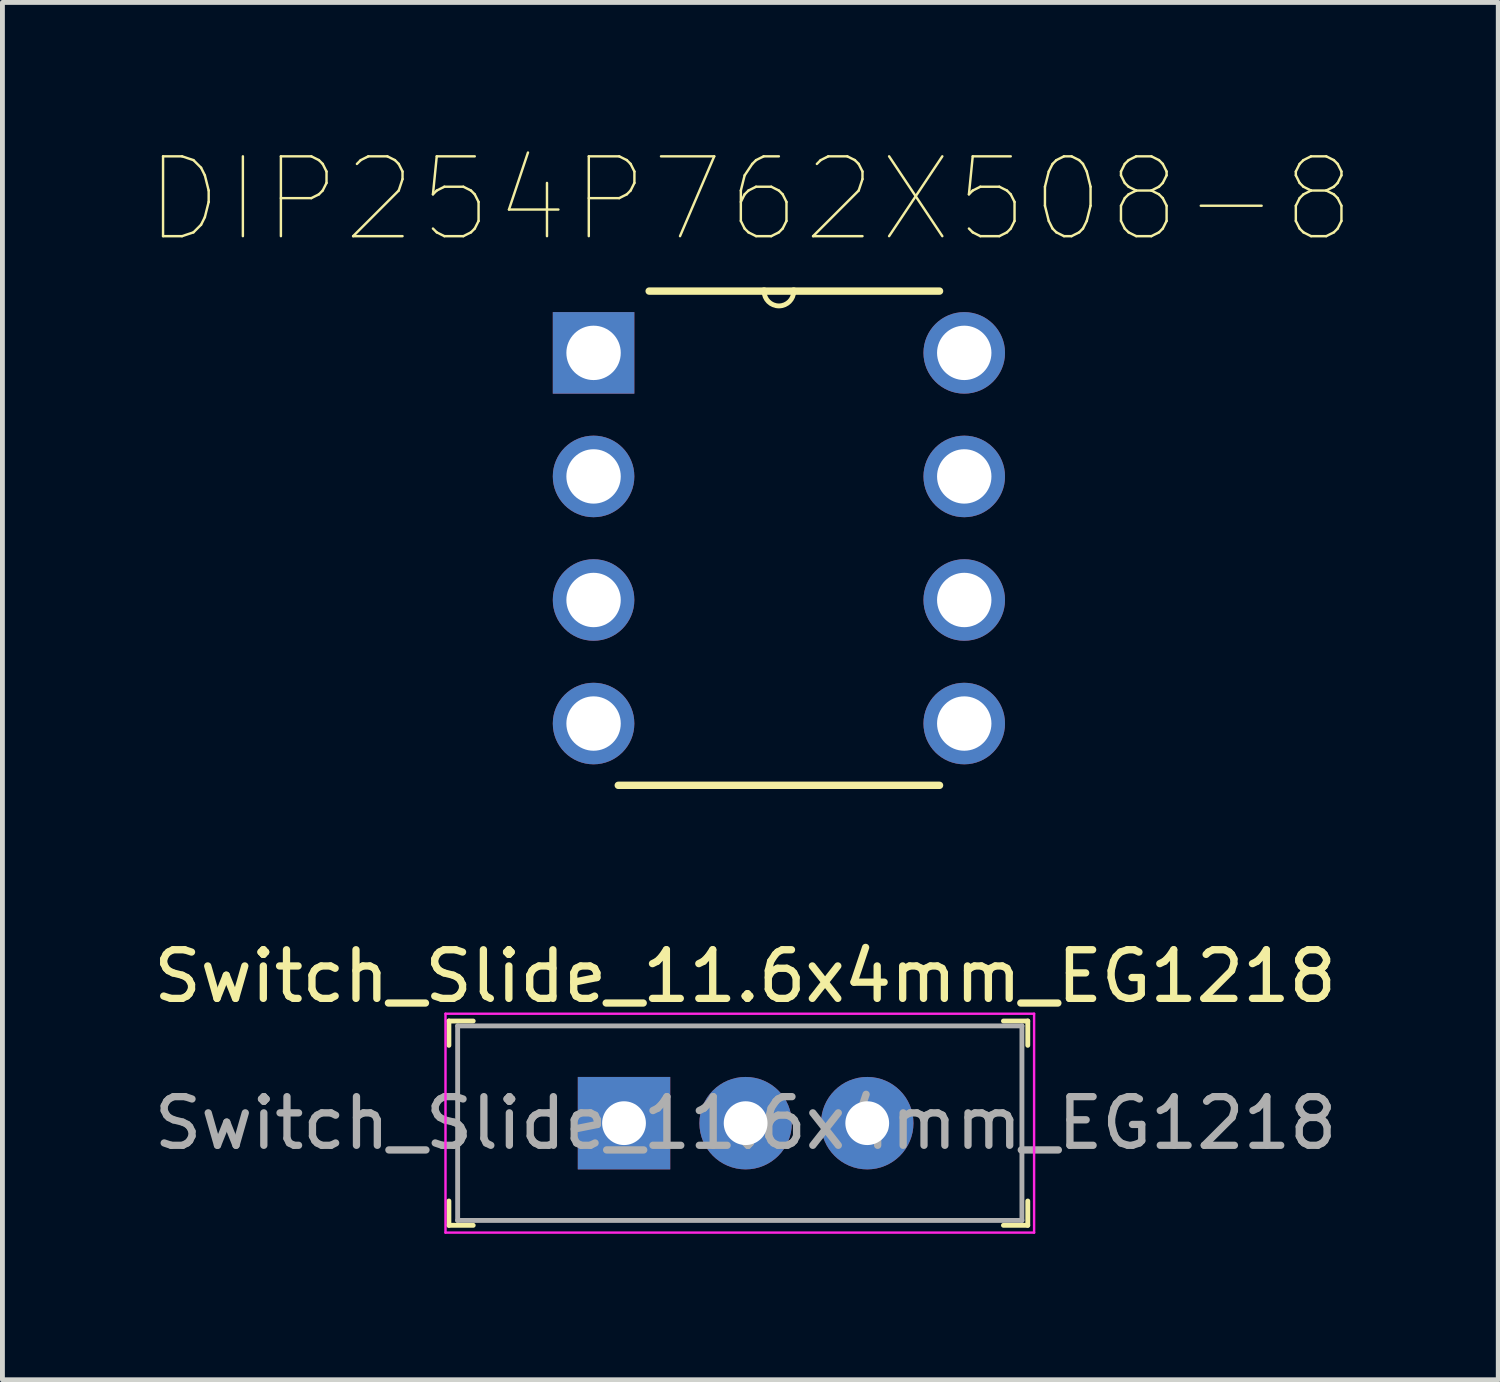
<source format=kicad_pcb>
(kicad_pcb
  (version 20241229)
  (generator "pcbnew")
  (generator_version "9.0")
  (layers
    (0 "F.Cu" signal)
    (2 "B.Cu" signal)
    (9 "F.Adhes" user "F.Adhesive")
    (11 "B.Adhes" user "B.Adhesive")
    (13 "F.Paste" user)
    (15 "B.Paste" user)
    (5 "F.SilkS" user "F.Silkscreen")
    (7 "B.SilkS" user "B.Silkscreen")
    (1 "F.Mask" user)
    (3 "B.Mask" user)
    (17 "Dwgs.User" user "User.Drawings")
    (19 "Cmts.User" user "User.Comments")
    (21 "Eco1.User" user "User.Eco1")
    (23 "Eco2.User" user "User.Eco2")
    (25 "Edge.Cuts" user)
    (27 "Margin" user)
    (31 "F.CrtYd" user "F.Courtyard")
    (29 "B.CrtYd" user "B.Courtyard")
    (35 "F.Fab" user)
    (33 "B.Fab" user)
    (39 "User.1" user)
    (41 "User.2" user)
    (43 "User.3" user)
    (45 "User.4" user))
  (footprint "DIP254P762X508-8"
    (layer "F.Cu")
    (at 16.772 11.824)
    (property "Reference" "DIP254P762X508-8" (at -4.397 -10.776 0) (layer "F.SilkS") (effects (font (size 1.641 1.641) (thickness 0.05))))
    (attr through_hole)
    (fp_line (start -7.112 1.27) (end -0.508 1.27) (stroke (width 0.152) (type solid)) (layer "F.SilkS"))
    (fp_line (start -4.115 -8.89) (end -6.477 -8.89) (stroke (width 0.152) (type solid)) (layer "F.SilkS"))
    (fp_line (start -3.505 -8.89) (end -4.115 -8.89) (stroke (width 0.152) (type solid)) (layer "F.SilkS"))
    (fp_line (start -0.508 -8.89) (end -3.505 -8.89) (stroke (width 0.152) (type solid)) (layer "F.SilkS"))
    (fp_arc (start -3.5052 -8.89) (mid -3.81 -8.5852) (end -4.1148 -8.89) (stroke (width 0.1) (type solid)) (layer "F.SilkS"))
    (fp_line (start -8.179 -8.179) (end -8.179 -7.061) (stroke (width 0.152) (type solid)) (layer "Eco2.User"))
    (fp_line (start -8.179 -7.061) (end -7.112 -7.061) (stroke (width 0.152) (type solid)) (layer "Eco2.User"))
    (fp_line (start -8.179 -5.639) (end -8.179 -4.521) (stroke (width 0.152) (type solid)) (layer "Eco2.User"))
    (fp_line (start -8.179 -4.521) (end -7.112 -4.521) (stroke (width 0.152) (type solid)) (layer "Eco2.User"))
    (fp_line (start -8.179 -3.099) (end -8.179 -1.981) (stroke (width 0.152) (type solid)) (layer "Eco2.User"))
    (fp_line (start -8.179 -1.981) (end -7.112 -1.981) (stroke (width 0.152) (type solid)) (layer "Eco2.User"))
    (fp_line (start -8.179 -0.559) (end -8.179 0.559) (stroke (width 0.152) (type solid)) (layer "Eco2.User"))
    (fp_line (start -8.179 0.559) (end -7.112 0.559) (stroke (width 0.152) (type solid)) (layer "Eco2.User"))
    (fp_line (start -7.112 -8.89) (end -7.112 1.27) (stroke (width 0.152) (type solid)) (layer "Eco2.User"))
    (fp_line (start -7.112 -8.179) (end -8.179 -8.179) (stroke (width 0.152) (type solid)) (layer "Eco2.User"))
    (fp_line (start -7.112 -7.061) (end -7.112 -8.179) (stroke (width 0.152) (type solid)) (layer "Eco2.User"))
    (fp_line (start -7.112 -5.639) (end -8.179 -5.639) (stroke (width 0.152) (type solid)) (layer "Eco2.User"))
    (fp_line (start -7.112 -4.521) (end -7.112 -5.639) (stroke (width 0.152) (type solid)) (layer "Eco2.User"))
    (fp_line (start -7.112 -3.099) (end -8.179 -3.099) (stroke (width 0.152) (type solid)) (layer "Eco2.User"))
    (fp_line (start -7.112 -1.981) (end -7.112 -3.099) (stroke (width 0.152) (type solid)) (layer "Eco2.User"))
    (fp_line (start -7.112 -0.559) (end -8.179 -0.559) (stroke (width 0.152) (type solid)) (layer "Eco2.User"))
    (fp_line (start -7.112 0.559) (end -7.112 -0.559) (stroke (width 0.152) (type solid)) (layer "Eco2.User"))
    (fp_line (start -7.112 1.27) (end -0.508 1.27) (stroke (width 0.152) (type solid)) (layer "Eco2.User"))
    (fp_line (start -4.115 -8.89) (end -7.112 -8.89) (stroke (width 0.152) (type solid)) (layer "Eco2.User"))
    (fp_line (start -3.505 -8.89) (end -4.115 -8.89) (stroke (width 0.152) (type solid)) (layer "Eco2.User"))
    (fp_line (start -0.508 -8.89) (end -3.505 -8.89) (stroke (width 0.152) (type solid)) (layer "Eco2.User"))
    (fp_line (start -0.508 -8.179) (end -0.508 -7.061) (stroke (width 0.152) (type solid)) (layer "Eco2.User"))
    (fp_line (start -0.508 -7.061) (end 0.559 -7.061) (stroke (width 0.152) (type solid)) (layer "Eco2.User"))
    (fp_line (start -0.508 -5.639) (end -0.508 -4.521) (stroke (width 0.152) (type solid)) (layer "Eco2.User"))
    (fp_line (start -0.508 -4.521) (end 0.559 -4.521) (stroke (width 0.152) (type solid)) (layer "Eco2.User"))
    (fp_line (start -0.508 -3.099) (end -0.508 -1.981) (stroke (width 0.152) (type solid)) (layer "Eco2.User"))
    (fp_line (start -0.508 -1.981) (end 0.559 -1.981) (stroke (width 0.152) (type solid)) (layer "Eco2.User"))
    (fp_line (start -0.508 -0.559) (end -0.508 0.559) (stroke (width 0.152) (type solid)) (layer "Eco2.User"))
    (fp_line (start -0.508 0.559) (end 0.559 0.559) (stroke (width 0.152) (type solid)) (layer "Eco2.User"))
    (fp_line (start -0.508 1.27) (end -0.508 -8.89) (stroke (width 0.152) (type solid)) (layer "Eco2.User"))
    (fp_line (start 0.559 -8.179) (end -0.508 -8.179) (stroke (width 0.152) (type solid)) (layer "Eco2.User"))
    (fp_line (start 0.559 -7.061) (end 0.559 -8.179) (stroke (width 0.152) (type solid)) (layer "Eco2.User"))
    (fp_line (start 0.559 -5.639) (end -0.508 -5.639) (stroke (width 0.152) (type solid)) (layer "Eco2.User"))
    (fp_line (start 0.559 -4.521) (end 0.559 -5.639) (stroke (width 0.152) (type solid)) (layer "Eco2.User"))
    (fp_line (start 0.559 -3.099) (end -0.508 -3.099) (stroke (width 0.152) (type solid)) (layer "Eco2.User"))
    (fp_line (start 0.559 -1.981) (end 0.559 -3.099) (stroke (width 0.152) (type solid)) (layer "Eco2.User"))
    (fp_line (start 0.559 -0.559) (end -0.508 -0.559) (stroke (width 0.152) (type solid)) (layer "Eco2.User"))
    (fp_line (start 0.559 0.559) (end 0.559 -0.559) (stroke (width 0.152) (type solid)) (layer "Eco2.User"))
    (fp_arc (start -3.5052 -8.89) (mid -3.81 -8.5852) (end -4.1148 -8.89) (stroke (width 0.1) (type solid)) (layer "Eco2.User"))
    (pad "1" thru_hole rect (at -7.62 -7.62) (size 1.676 1.676) (drill 1.118) (layers "*.Cu" "*.Mask"))
    (pad "2" thru_hole circle (at -7.62 -5.08) (size 1.676 1.676) (drill 1.118) (layers "*.Cu" "*.Mask"))
    (pad "3" thru_hole circle (at -7.62 -2.54) (size 1.676 1.676) (drill 1.118) (layers "*.Cu" "*.Mask"))
    (pad "4" thru_hole circle (at -7.62 0) (size 1.676 1.676) (drill 1.118) (layers "*.Cu" "*.Mask"))
    (pad "5" thru_hole circle (at 0 0) (size 1.676 1.676) (drill 1.118) (layers "*.Cu" "*.Mask"))
    (pad "6" thru_hole circle (at 0 -2.54) (size 1.676 1.676) (drill 1.118) (layers "*.Cu" "*.Mask"))
    (pad "7" thru_hole circle (at 0 -5.08) (size 1.676 1.676) (drill 1.118) (layers "*.Cu" "*.Mask"))
    (pad "8" thru_hole circle (at 0 -7.62) (size 1.676 1.676) (drill 1.118) (layers "*.Cu" "*.Mask")))
  (footprint "Switch_Slide_11.6x4mm_EG1218"
    (layer "F.Cu")
    (at 9.778 20.039)
    (property "Reference" "Switch_Slide_11.6x4mm_EG1218" (at 2.49 -3.02 0) (layer "F.SilkS") (effects (font (size 1 1) (thickness 0.15))))
    (attr through_hole)
    (fp_line (start -3.6 -2.1) (end -3.6 -1.6) (stroke (width 0.1) (type solid)) (layer "F.SilkS"))
    (fp_line (start -3.6 -2.1) (end -3.1 -2.1) (stroke (width 0.1) (type solid)) (layer "F.SilkS"))
    (fp_line (start -3.6 2.1) (end -3.6 1.6) (stroke (width 0.1) (type solid)) (layer "F.SilkS"))
    (fp_line (start -3.6 2.1) (end -3.1 2.1) (stroke (width 0.1) (type solid)) (layer "F.SilkS"))
    (fp_line (start 8.3 -2.1) (end 7.8 -2.1) (stroke (width 0.1) (type solid)) (layer "F.SilkS"))
    (fp_line (start 8.3 -2.1) (end 8.3 -1.6) (stroke (width 0.1) (type solid)) (layer "F.SilkS"))
    (fp_line (start 8.3 2.1) (end 7.8 2.1) (stroke (width 0.1) (type solid)) (layer "F.SilkS"))
    (fp_line (start 8.3 2.1) (end 8.3 1.6) (stroke (width 0.1) (type solid)) (layer "F.SilkS"))
    (fp_line (start -3.67 -2.25) (end 8.43 -2.25) (stroke (width 0.05) (type solid)) (layer "F.CrtYd"))
    (fp_line (start -3.67 2.25) (end -3.67 -2.25) (stroke (width 0.05) (type solid)) (layer "F.CrtYd"))
    (fp_line (start -3.67 2.25) (end 8.43 2.25) (stroke (width 0.05) (type solid)) (layer "F.CrtYd"))
    (fp_line (start 8.43 2.25) (end 8.43 -2.25) (stroke (width 0.05) (type solid)) (layer "F.CrtYd"))
    (fp_line (start -3.42 -2) (end 8.18 -2) (stroke (width 0.1) (type solid)) (layer "F.Fab"))
    (fp_line (start -3.42 2) (end -3.42 -2) (stroke (width 0.1) (type solid)) (layer "F.Fab"))
    (fp_line (start -3.42 2) (end 8.18 2) (stroke (width 0.1) (type solid)) (layer "F.Fab"))
    (fp_line (start 8.18 2) (end 8.18 -2) (stroke (width 0.1) (type solid)) (layer "F.Fab"))
    (fp_text user "${REFERENCE}" (at 2.5 0 0) (layer "F.Fab") (effects (font (size 1 1) (thickness 0.15))))
    (pad "1" thru_hole rect (at 0 0) (size 1.9 1.9) (drill 0.9) (layers "*.Cu" "*.Mask"))
    (pad "2" thru_hole circle (at 2.5 0) (size 1.9 1.9) (drill 0.9) (layers "*.Cu" "*.Mask"))
    (pad "3" thru_hole circle (at 5 0) (size 1.9 1.9) (drill 0.9) (layers "*.Cu" "*.Mask")))
  (gr_rect
    (start -3 -3)
    (end 27.75 25.314)
    (stroke (width 0.1) (type default))
    (fill no)
    (layer "Edge.Cuts")))
</source>
